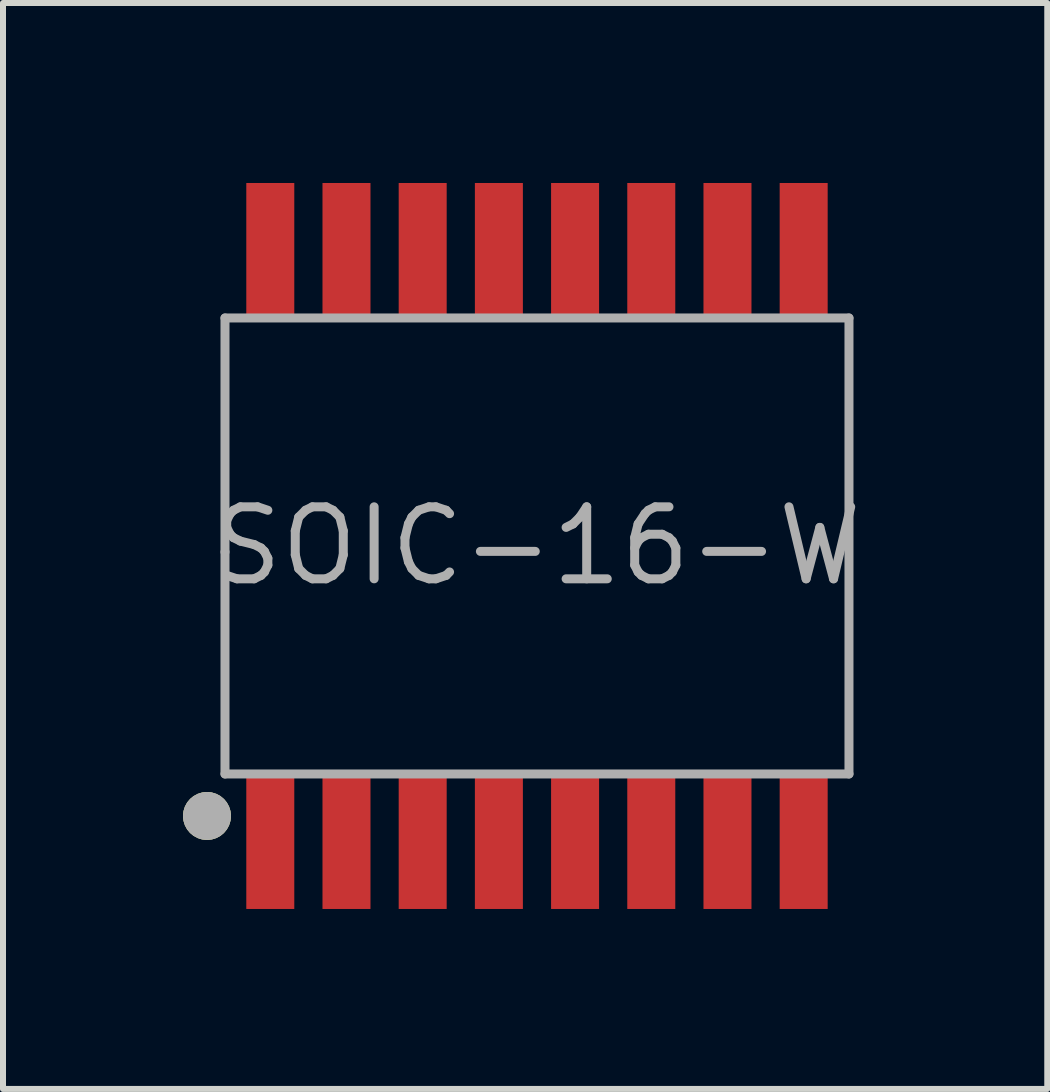
<source format=kicad_pcb>
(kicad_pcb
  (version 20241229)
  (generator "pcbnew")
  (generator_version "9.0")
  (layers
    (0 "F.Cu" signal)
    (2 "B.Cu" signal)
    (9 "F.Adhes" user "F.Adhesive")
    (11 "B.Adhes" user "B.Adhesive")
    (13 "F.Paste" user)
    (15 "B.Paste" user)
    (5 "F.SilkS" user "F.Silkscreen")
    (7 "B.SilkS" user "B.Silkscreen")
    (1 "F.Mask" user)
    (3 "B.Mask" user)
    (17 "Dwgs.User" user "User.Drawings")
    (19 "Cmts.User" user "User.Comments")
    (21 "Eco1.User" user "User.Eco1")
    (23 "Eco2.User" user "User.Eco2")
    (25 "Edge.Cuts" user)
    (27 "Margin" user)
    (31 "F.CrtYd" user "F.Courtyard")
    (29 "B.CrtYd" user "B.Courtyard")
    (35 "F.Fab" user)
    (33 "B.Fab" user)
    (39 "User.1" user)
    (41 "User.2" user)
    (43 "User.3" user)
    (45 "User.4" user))
  (footprint "SOIC-16-W"
    (layer "F.Cu")
    (at 5.9 6.05)
    (property "Reference" "SOIC-16-W" (at 0 0 180) (layer "F.Fab") (effects (font (size 1.2 1.2) (thickness 0.15))))
    (attr through_hole)
    (fp_circle (center -5.5 4.5) (end -5.3 4.5) (stroke (width 0.4) (type solid)) (fill no) (layer "F.SilkS"))
    (fp_line (start -5.2 -3.8) (end 5.2 -3.8) (stroke (width 0.15) (type solid)) (layer "F.Fab"))
    (fp_line (start -5.2 0.1) (end -5.2 -3.8) (stroke (width 0.15) (type solid)) (layer "F.Fab"))
    (fp_line (start -5.2 3.8) (end -5.2 0.1) (stroke (width 0.15) (type solid)) (layer "F.Fab"))
    (fp_line (start 5.2 -3.8) (end 5.2 3.8) (stroke (width 0.15) (type solid)) (layer "F.Fab"))
    (fp_line (start 5.2 3.8) (end -5.2 3.8) (stroke (width 0.15) (type solid)) (layer "F.Fab"))
    (fp_circle (center -5.5 4.5) (end -5.3 4.5) (stroke (width 0.4) (type solid)) (fill no) (layer "F.Fab"))
    (pad "1" smd rect (at -4.445 4.95) (size 0.8 2.2) (layers "F.Cu" "F.Mask" "F.Paste"))
    (pad "2" smd rect (at -3.175 4.95) (size 0.8 2.2) (layers "F.Cu" "F.Mask" "F.Paste"))
    (pad "3" smd rect (at -1.905 4.95) (size 0.8 2.2) (layers "F.Cu" "F.Mask" "F.Paste"))
    (pad "4" smd rect (at -0.635 4.95) (size 0.8 2.2) (layers "F.Cu" "F.Mask" "F.Paste"))
    (pad "5" smd rect (at 0.635 4.95) (size 0.8 2.2) (layers "F.Cu" "F.Mask" "F.Paste"))
    (pad "6" smd rect (at 1.905 4.95) (size 0.8 2.2) (layers "F.Cu" "F.Mask" "F.Paste"))
    (pad "7" smd rect (at 3.175 4.95) (size 0.8 2.2) (layers "F.Cu" "F.Mask" "F.Paste"))
    (pad "8" smd rect (at 4.445 4.95) (size 0.8 2.2) (layers "F.Cu" "F.Mask" "F.Paste"))
    (pad "9" smd rect (at 4.445 -4.95) (size 0.8 2.2) (layers "F.Cu" "F.Mask" "F.Paste"))
    (pad "10" smd rect (at 3.175 -4.95) (size 0.8 2.2) (layers "F.Cu" "F.Mask" "F.Paste"))
    (pad "11" smd rect (at 1.905 -4.95) (size 0.8 2.2) (layers "F.Cu" "F.Mask" "F.Paste"))
    (pad "12" smd rect (at 0.635 -4.95) (size 0.8 2.2) (layers "F.Cu" "F.Mask" "F.Paste"))
    (pad "13" smd rect (at -0.635 -4.95) (size 0.8 2.2) (layers "F.Cu" "F.Mask" "F.Paste"))
    (pad "14" smd rect (at -1.905 -4.95) (size 0.8 2.2) (layers "F.Cu" "F.Mask" "F.Paste"))
    (pad "15" smd rect (at -3.175 -4.95) (size 0.8 2.2) (layers "F.Cu" "F.Mask" "F.Paste"))
    (pad "16" smd rect (at -4.445 -4.95) (size 0.8 2.2) (layers "F.Cu" "F.Mask" "F.Paste")))
  (gr_rect
    (start -3 -3)
    (end 14.405 15.1)
    (stroke (width 0.1) (type default))
    (fill no)
    (layer "Edge.Cuts")))
</source>
